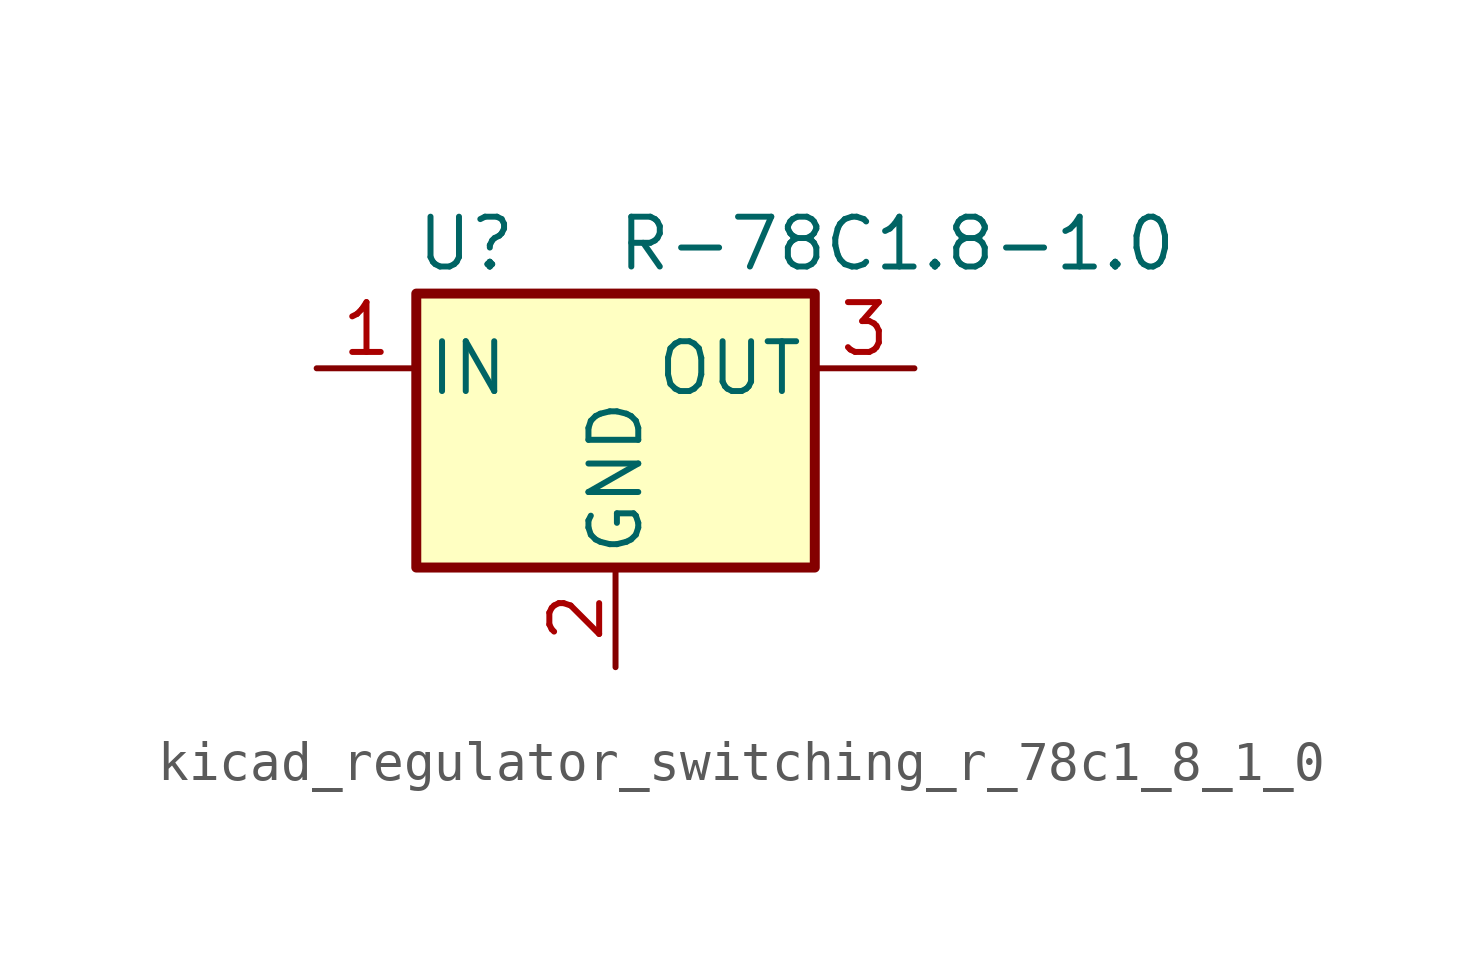
<source format=kicad_sym>
(kicad_symbol_lib
  (version 20220914)
  (generator kicad_symbol_editor)
  (symbol "kicad_regulator_switching_r_78c1_8_1_0"
    (pin_names
      (offset 0.254))
    (property "Reference" "U"
      (at -3.81 3.175 0)
      (effects (font (size 1.27 1.27))))
    (property "Value" "R-78C1.8-1.0"
      (at 0 3.175 0)
      (effects (font (size 1.27 1.27)) (justify left)))
    (symbol "kicad_regulator_switching_r_78c1_8_1_0_0_1"
      (rectangle (start -5.08 1.905) (end 5.08 -5.08) (stroke (width 0.254) (type default)) (fill (type background))))
    (symbol "kicad_regulator_switching_r_78c1_8_1_0_1_1"
      (pin power_in line (at -7.62 0 0) (length 2.54) (name "IN" (effects (font (size 1.27 1.27)))) (number "1" (effects (font (size 1.27 1.27)))))
      (pin power_in line (at 0 -7.62 90) (length 2.54) (name "GND" (effects (font (size 1.27 1.27)))) (number "2" (effects (font (size 1.27 1.27)))))
      (pin power_out line (at 7.62 0 180) (length 2.54) (name "OUT" (effects (font (size 1.27 1.27)))) (number "3" (effects (font (size 1.27 1.27))))))))
</source>
